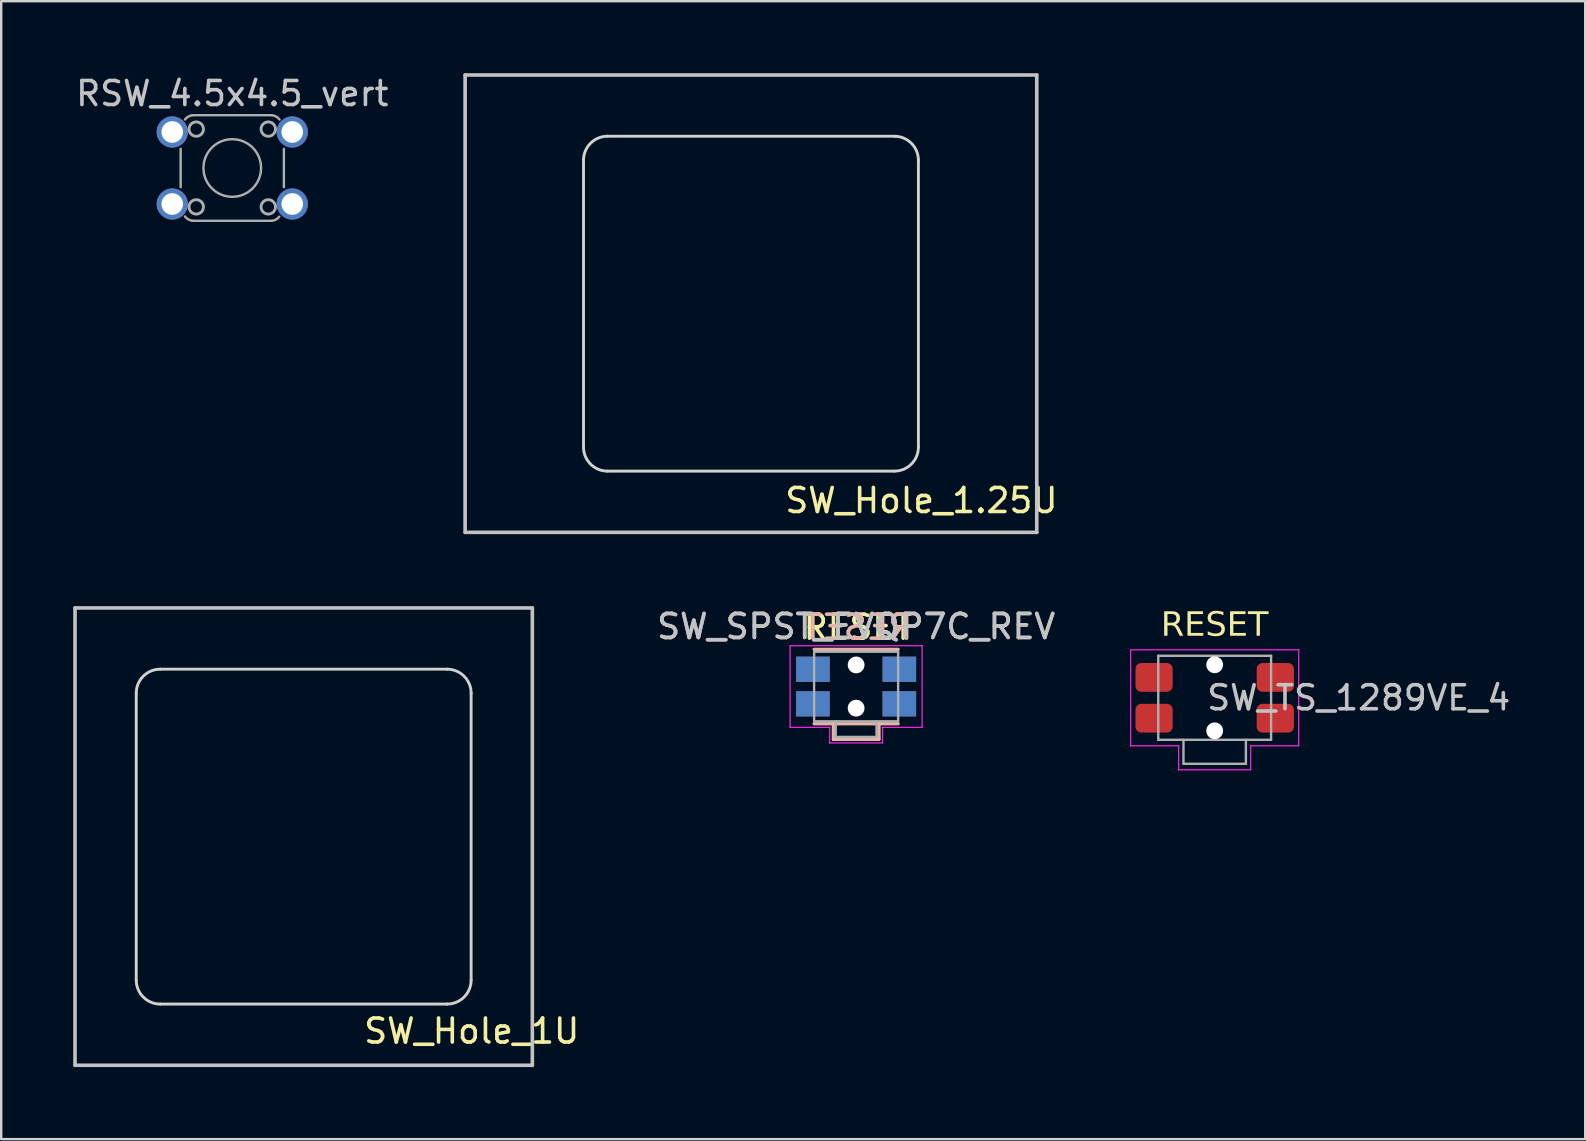
<source format=kicad_pcb>
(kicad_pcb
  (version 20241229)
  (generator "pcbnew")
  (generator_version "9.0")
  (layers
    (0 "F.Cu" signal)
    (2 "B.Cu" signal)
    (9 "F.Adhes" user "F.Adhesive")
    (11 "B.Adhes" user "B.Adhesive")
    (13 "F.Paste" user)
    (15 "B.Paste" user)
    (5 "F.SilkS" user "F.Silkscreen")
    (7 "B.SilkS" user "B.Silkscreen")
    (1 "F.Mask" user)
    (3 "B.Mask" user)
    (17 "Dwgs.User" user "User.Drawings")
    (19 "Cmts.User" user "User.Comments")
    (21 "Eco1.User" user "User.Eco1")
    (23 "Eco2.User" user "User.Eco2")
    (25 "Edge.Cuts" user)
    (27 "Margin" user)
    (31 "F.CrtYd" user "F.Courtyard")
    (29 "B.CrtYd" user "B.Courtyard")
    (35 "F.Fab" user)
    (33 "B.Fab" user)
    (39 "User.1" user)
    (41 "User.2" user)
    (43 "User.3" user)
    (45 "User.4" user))
  (footprint "SW_Hole_1.25U"
    (layer "F.Cu")
    (at 28.231 9.6)
    (property "Reference" "SW_Hole_1.25U" (at 7.1 8.2 0) (layer "F.SilkS") (effects (font (size 1 1) (thickness 0.15))))
    (attr through_hole)
    (fp_line (start -11.906 -9.525) (end 11.906 -9.525) (stroke (width 0.15) (type solid)) (layer "Dwgs.User"))
    (fp_line (start -11.906 9.525) (end -11.906 -9.525) (stroke (width 0.15) (type solid)) (layer "Dwgs.User"))
    (fp_line (start 11.906 -9.525) (end 11.906 9.525) (stroke (width 0.15) (type solid)) (layer "Dwgs.User"))
    (fp_line (start 11.906 9.525) (end -11.906 9.525) (stroke (width 0.15) (type solid)) (layer "Dwgs.User"))
    (fp_line (start -6.975 -5.975) (end -6.975 5.975) (stroke (width 0.12) (type solid)) (layer "Edge.Cuts"))
    (fp_line (start -5.975 -6.975) (end 5.975 -6.975) (stroke (width 0.12) (type solid)) (layer "Edge.Cuts"))
    (fp_line (start -5.975 6.975) (end 5.975 6.975) (stroke (width 0.12) (type solid)) (layer "Edge.Cuts"))
    (fp_line (start 6.975 -5.975) (end 6.975 5.975) (stroke (width 0.12) (type solid)) (layer "Edge.Cuts"))
    (fp_arc (start -6.975 -5.975) (mid -6.682106 -6.682106) (end -5.975 -6.975) (stroke (width 0.12) (type default)) (layer "Edge.Cuts"))
    (fp_arc (start -5.975 6.975) (mid -6.682107 6.682107) (end -6.975 5.975) (stroke (width 0.12) (type default)) (layer "Edge.Cuts"))
    (fp_arc (start 5.975 -6.975) (mid 6.682107 -6.682107) (end 6.975 -5.975) (stroke (width 0.12) (type default)) (layer "Edge.Cuts"))
    (fp_arc (start 6.975 5.975) (mid 6.682107 6.682107) (end 5.975 6.975) (stroke (width 0.12) (type default)) (layer "Edge.Cuts")))
  (footprint "SW_Hole_1U"
    (layer "F.Cu")
    (at 9.6 31.8)
    (property "Reference" "SW_Hole_1U" (at 7 8.1 0) (layer "F.SilkS") (effects (font (size 1 1) (thickness 0.15))))
    (attr through_hole)
    (fp_line (start -9.525 -9.525) (end 9.525 -9.525) (stroke (width 0.15) (type solid)) (layer "Dwgs.User"))
    (fp_line (start -9.525 9.525) (end -9.525 -9.525) (stroke (width 0.15) (type solid)) (layer "Dwgs.User"))
    (fp_line (start 9.525 -9.525) (end 9.525 9.525) (stroke (width 0.15) (type solid)) (layer "Dwgs.User"))
    (fp_line (start 9.525 9.525) (end -9.525 9.525) (stroke (width 0.15) (type solid)) (layer "Dwgs.User"))
    (fp_line (start -6.975 -5.975) (end -6.975 5.975) (stroke (width 0.12) (type solid)) (layer "Edge.Cuts"))
    (fp_line (start -5.975 -6.975) (end 5.975 -6.975) (stroke (width 0.12) (type solid)) (layer "Edge.Cuts"))
    (fp_line (start -5.975 6.975) (end 5.975 6.975) (stroke (width 0.12) (type solid)) (layer "Edge.Cuts"))
    (fp_line (start 6.975 -5.975) (end 6.975 5.975) (stroke (width 0.12) (type solid)) (layer "Edge.Cuts"))
    (fp_arc (start -6.975 -5.975) (mid -6.682106 -6.682106) (end -5.975 -6.975) (stroke (width 0.12) (type default)) (layer "Edge.Cuts"))
    (fp_arc (start -5.975 6.975) (mid -6.682107 6.682107) (end -6.975 5.975) (stroke (width 0.12) (type default)) (layer "Edge.Cuts"))
    (fp_arc (start 5.975 -6.975) (mid 6.682107 -6.682107) (end 6.975 -5.975) (stroke (width 0.12) (type default)) (layer "Edge.Cuts"))
    (fp_arc (start 6.975 5.975) (mid 6.682107 6.682107) (end 5.975 6.975) (stroke (width 0.12) (type default)) (layer "Edge.Cuts")))
  (footprint "SW_SPST_EVQP7C_REV"
    (layer "F.Cu")
    (at 32.612 25.548)
    (property "Reference" "SW_SPST_EVQP7C_REV" (at 0 -2.5 0) (layer "Dwgs.User") (effects (font (size 1 1) (thickness 0.15))))
    (attr smd)
    (fp_line (start -1.75 -1.55) (end 1.75 -1.55) (stroke (width 0.12) (type solid)) (layer "F.SilkS"))
    (fp_line (start -0.95 2.2) (end -0.95 1.55) (stroke (width 0.12) (type solid)) (layer "F.SilkS"))
    (fp_line (start 0.95 1.55) (end 0.95 2.2) (stroke (width 0.12) (type solid)) (layer "F.SilkS"))
    (fp_line (start 0.95 2.2) (end -0.95 2.2) (stroke (width 0.12) (type solid)) (layer "F.SilkS"))
    (fp_line (start 1.75 1.55) (end -1.75 1.55) (stroke (width 0.12) (type solid)) (layer "F.SilkS"))
    (fp_line (start -1.75 1.55) (end 1.75 1.55) (stroke (width 0.12) (type solid)) (layer "B.SilkS"))
    (fp_line (start -0.95 1.55) (end -0.95 2.2) (stroke (width 0.12) (type solid)) (layer "B.SilkS"))
    (fp_line (start -0.95 2.2) (end 0.95 2.2) (stroke (width 0.12) (type solid)) (layer "B.SilkS"))
    (fp_line (start 0.95 2.2) (end 0.95 1.55) (stroke (width 0.12) (type solid)) (layer "B.SilkS"))
    (fp_line (start 1.75 -1.55) (end -1.75 -1.55) (stroke (width 0.12) (type solid)) (layer "B.SilkS"))
    (fp_line (start -2.75 -1.7) (end 2.75 -1.7) (stroke (width 0.05) (type solid)) (layer "F.CrtYd"))
    (fp_line (start -2.75 1.7) (end -2.75 -1.7) (stroke (width 0.05) (type solid)) (layer "F.CrtYd"))
    (fp_line (start -1.1 1.7) (end -2.75 1.7) (stroke (width 0.05) (type solid)) (layer "F.CrtYd"))
    (fp_line (start -1.1 2.35) (end -1.1 1.7) (stroke (width 0.05) (type solid)) (layer "F.CrtYd"))
    (fp_line (start 1.1 1.7) (end 1.1 2.35) (stroke (width 0.05) (type solid)) (layer "F.CrtYd"))
    (fp_line (start 1.1 2.35) (end -1.1 2.35) (stroke (width 0.05) (type solid)) (layer "F.CrtYd"))
    (fp_line (start 2.75 -1.7) (end 2.75 1.7) (stroke (width 0.05) (type solid)) (layer "F.CrtYd"))
    (fp_line (start 2.75 1.7) (end 1.1 1.7) (stroke (width 0.05) (type solid)) (layer "F.CrtYd"))
    (fp_line (start -1.75 -1.45) (end 1.75 -1.45) (stroke (width 0.1) (type solid)) (layer "F.Fab"))
    (fp_line (start -1.75 1.45) (end -1.75 -1.4) (stroke (width 0.1) (type solid)) (layer "F.Fab"))
    (fp_line (start -0.85 2.1) (end -0.85 1.45) (stroke (width 0.1) (type solid)) (layer "F.Fab"))
    (fp_line (start -0.85 2.1) (end 0.85 2.1) (stroke (width 0.1) (type solid)) (layer "F.Fab"))
    (fp_line (start 0.85 2.1) (end 0.85 1.45) (stroke (width 0.1) (type solid)) (layer "F.Fab"))
    (fp_line (start 1.75 -1.45) (end 1.75 1.45) (stroke (width 0.1) (type solid)) (layer "F.Fab"))
    (fp_line (start 1.75 1.45) (end -1.75 1.45) (stroke (width 0.1) (type solid)) (layer "F.Fab"))
    (fp_text user "RESET" (at 0.08 -2.47 0) (layer "F.SilkS") (effects (font (size 1 1) (thickness 0.15))))
    (fp_text user "RESET" (at 0.08 -2.47 0) (layer "B.SilkS") (effects (font (size 1 1) (thickness 0.15)) (justify mirror)))
    (fp_text user "${REFERENCE}" (at 0 -2.5 0) (layer "F.Fab") (effects (font (size 1 1) (thickness 0.15))))
    (pad "" np_thru_hole circle (at 0 -0.9) (size 0.7 0.7) (drill 0.7) (layers "*.Cu" "*.Mask"))
    (pad "" np_thru_hole circle (at 0 0.9) (size 0.7 0.7) (drill 0.7) (layers "*.Cu" "*.Mask"))
    (pad "1" smd rect (at -1.8 0.72) (size 1.4 1.05) (layers "F.Cu" "F.Mask" "F.Paste"))
    (pad "1" smd rect (at -1.8 0.72) (size 1.4 1.05) (layers "B.Cu" "B.Mask" "B.Paste"))
    (pad "1" smd rect (at 1.8 0.72) (size 1.4 1.05) (layers "F.Cu" "F.Mask" "F.Paste"))
    (pad "1" smd rect (at 1.8 0.72) (size 1.4 1.05) (layers "B.Cu" "B.Mask" "B.Paste"))
    (pad "2" smd rect (at -1.8 -0.72) (size 1.4 1.05) (layers "F.Cu" "F.Mask" "F.Paste"))
    (pad "2" smd rect (at -1.8 -0.72) (size 1.4 1.05) (layers "B.Cu" "B.Mask" "B.Paste"))
    (pad "2" smd rect (at 1.8 -0.72) (size 1.4 1.05) (layers "F.Cu" "F.Mask" "F.Paste"))
    (pad "2" smd rect (at 1.8 -0.72) (size 1.4 1.05) (layers "B.Cu" "B.Mask" "B.Paste")))
  (footprint "SW_TS_1289VE_4"
    (layer "F.Cu")
    (at 47.548 26.017)
    (property "Reference" "SW_TS_1289VE_4" (at 6 0 0) (layer "Dwgs.User") (effects (font (size 1 1) (thickness 0.15))))
    (attr smd)
    (fp_line (start -3.5 -2) (end 3.5 -2) (stroke (width 0.05) (type solid)) (layer "F.CrtYd"))
    (fp_line (start -3.5 2) (end -3.5 -2) (stroke (width 0.05) (type solid)) (layer "F.CrtYd"))
    (fp_line (start -1.5 2) (end -3.5 2) (stroke (width 0.05) (type solid)) (layer "F.CrtYd"))
    (fp_line (start -1.5 3) (end -1.5 2) (stroke (width 0.05) (type solid)) (layer "F.CrtYd"))
    (fp_line (start 1.5 2) (end 1.5 3) (stroke (width 0.05) (type solid)) (layer "F.CrtYd"))
    (fp_line (start 1.5 3) (end -1.5 3) (stroke (width 0.05) (type solid)) (layer "F.CrtYd"))
    (fp_line (start 3.5 -2) (end 3.5 2) (stroke (width 0.05) (type solid)) (layer "F.CrtYd"))
    (fp_line (start 3.5 2) (end 1.5 2) (stroke (width 0.05) (type solid)) (layer "F.CrtYd"))
    (fp_line (start -2.35 -1.75) (end 2.35 -1.75) (stroke (width 0.1) (type solid)) (layer "F.Fab"))
    (fp_line (start -2.35 1.75) (end -2.35 -1.75) (stroke (width 0.1) (type solid)) (layer "F.Fab"))
    (fp_line (start -1.3 2.75) (end -1.3 1.75) (stroke (width 0.1) (type solid)) (layer "F.Fab"))
    (fp_line (start 1.3 2.75) (end -1.3 2.75) (stroke (width 0.1) (type solid)) (layer "F.Fab"))
    (fp_line (start 1.3 2.75) (end 1.3 1.75) (stroke (width 0.1) (type solid)) (layer "F.Fab"))
    (fp_line (start 2.35 -1.75) (end 2.35 1.75) (stroke (width 0.1) (type solid)) (layer "F.Fab"))
    (fp_line (start 2.35 1.75) (end -2.35 1.75) (stroke (width 0.1) (type solid)) (layer "F.Fab"))
    (fp_text user "RESET" (at 0 -3 0) (layer "F.SilkS") (effects (font (face "Roboto") (size 1 1) (thickness 0.125))))
    (pad "" np_thru_hole circle (at 0 -1.375) (size 0.7 0.7) (drill 0.7) (layers "*.Cu" "*.Mask"))
    (pad "" np_thru_hole circle (at 0 1.375) (size 0.7 0.7) (drill 0.7) (layers "*.Cu" "*.Mask"))
    (pad "" smd roundrect (at 2.525 -0.85) (size 1.55 1.2) (layers "F.Cu" "F.Mask" "F.Paste") (roundrect_rratio 0.2))
    (pad "" smd roundrect (at 2.525 0.85) (size 1.55 1.2) (layers "F.Cu" "F.Mask" "F.Paste") (roundrect_rratio 0.2))
    (pad "1" smd roundrect (at -2.525 -0.85) (size 1.55 1.2) (layers "F.Cu" "F.Mask" "F.Paste") (roundrect_rratio 0.2))
    (pad "2" smd roundrect (at -2.525 0.85) (size 1.55 1.2) (layers "F.Cu" "F.Mask" "F.Paste") (roundrect_rratio 0.2)))
  (footprint "RSW_4.5x4.5_vert"
    (layer "F.Cu")
    (at 6.625 3.948)
    (property "Reference" "RSW_4.5x4.5_vert" (at 0 -3.1 0) (layer "Dwgs.User") (effects (font (size 1 1) (thickness 0.15))))
    (attr through_hole)
    (fp_line (start -2.15 -0.8) (end -2.15 0.8) (stroke (width 0.1) (type solid)) (layer "F.Fab"))
    (fp_line (start -1.65 -2.2) (end 1.65 -2.2) (stroke (width 0.1) (type solid)) (layer "F.Fab"))
    (fp_line (start -1.65 2.2) (end 1.65 2.2) (stroke (width 0.1) (type solid)) (layer "F.Fab"))
    (fp_line (start 2.15 -0.8) (end 2.15 0.8) (stroke (width 0.1) (type solid)) (layer "F.Fab"))
    (fp_arc (start -1.97 -2.02) (mid -1.828053 -2.142094) (end -1.65 -2.2) (stroke (width 0.1) (type solid)) (layer "F.Fab"))
    (fp_arc (start -1.65 2.2) (mid -1.828053 2.142094) (end -1.97 2.02) (stroke (width 0.1) (type solid)) (layer "F.Fab"))
    (fp_arc (start 1.65 -2.2) (mid 1.82805 -2.14209) (end 1.97 -2.02) (stroke (width 0.1) (type solid)) (layer "F.Fab"))
    (fp_arc (start 1.96 2.03) (mid 1.821572 2.145218) (end 1.65 2.2) (stroke (width 0.1) (type solid)) (layer "F.Fab"))
    (fp_circle (center -1.5 -1.62) (end -1.2 -1.62) (stroke (width 0.12) (type solid)) (fill no) (layer "F.Fab"))
    (fp_circle (center -1.5 1.62) (end -1.2 1.62) (stroke (width 0.12) (type solid)) (fill no) (layer "F.Fab"))
    (fp_circle (center 0 0) (end 1.2 0) (stroke (width 0.1) (type solid)) (fill no) (layer "F.Fab"))
    (fp_circle (center 1.5 -1.62) (end 1.8 -1.62) (stroke (width 0.12) (type solid)) (fill no) (layer "F.Fab"))
    (fp_circle (center 1.5 1.62) (end 1.8 1.62) (stroke (width 0.12) (type solid)) (fill no) (layer "F.Fab"))
    (pad "" thru_hole circle (at -2.5 -1.5) (size 1.3 1.3) (drill 0.9) (layers "*.Cu" "B.Mask"))
    (pad "" thru_hole circle (at -2.5 1.5) (size 1.3 1.3) (drill 0.9) (layers "*.Cu" "B.Mask"))
    (pad "1" thru_hole circle (at 2.5 1.5) (size 1.3 1.3) (drill 0.9) (layers "*.Cu" "B.Mask"))
    (pad "2" thru_hole circle (at 2.5 -1.5) (size 1.3 1.3) (drill 0.9) (layers "*.Cu" "B.Mask")))
  (gr_rect
    (start -3 -3)
    (end 62.982 44.4)
    (stroke (width 0.1) (type default))
    (fill no)
    (layer "Edge.Cuts")))
</source>
